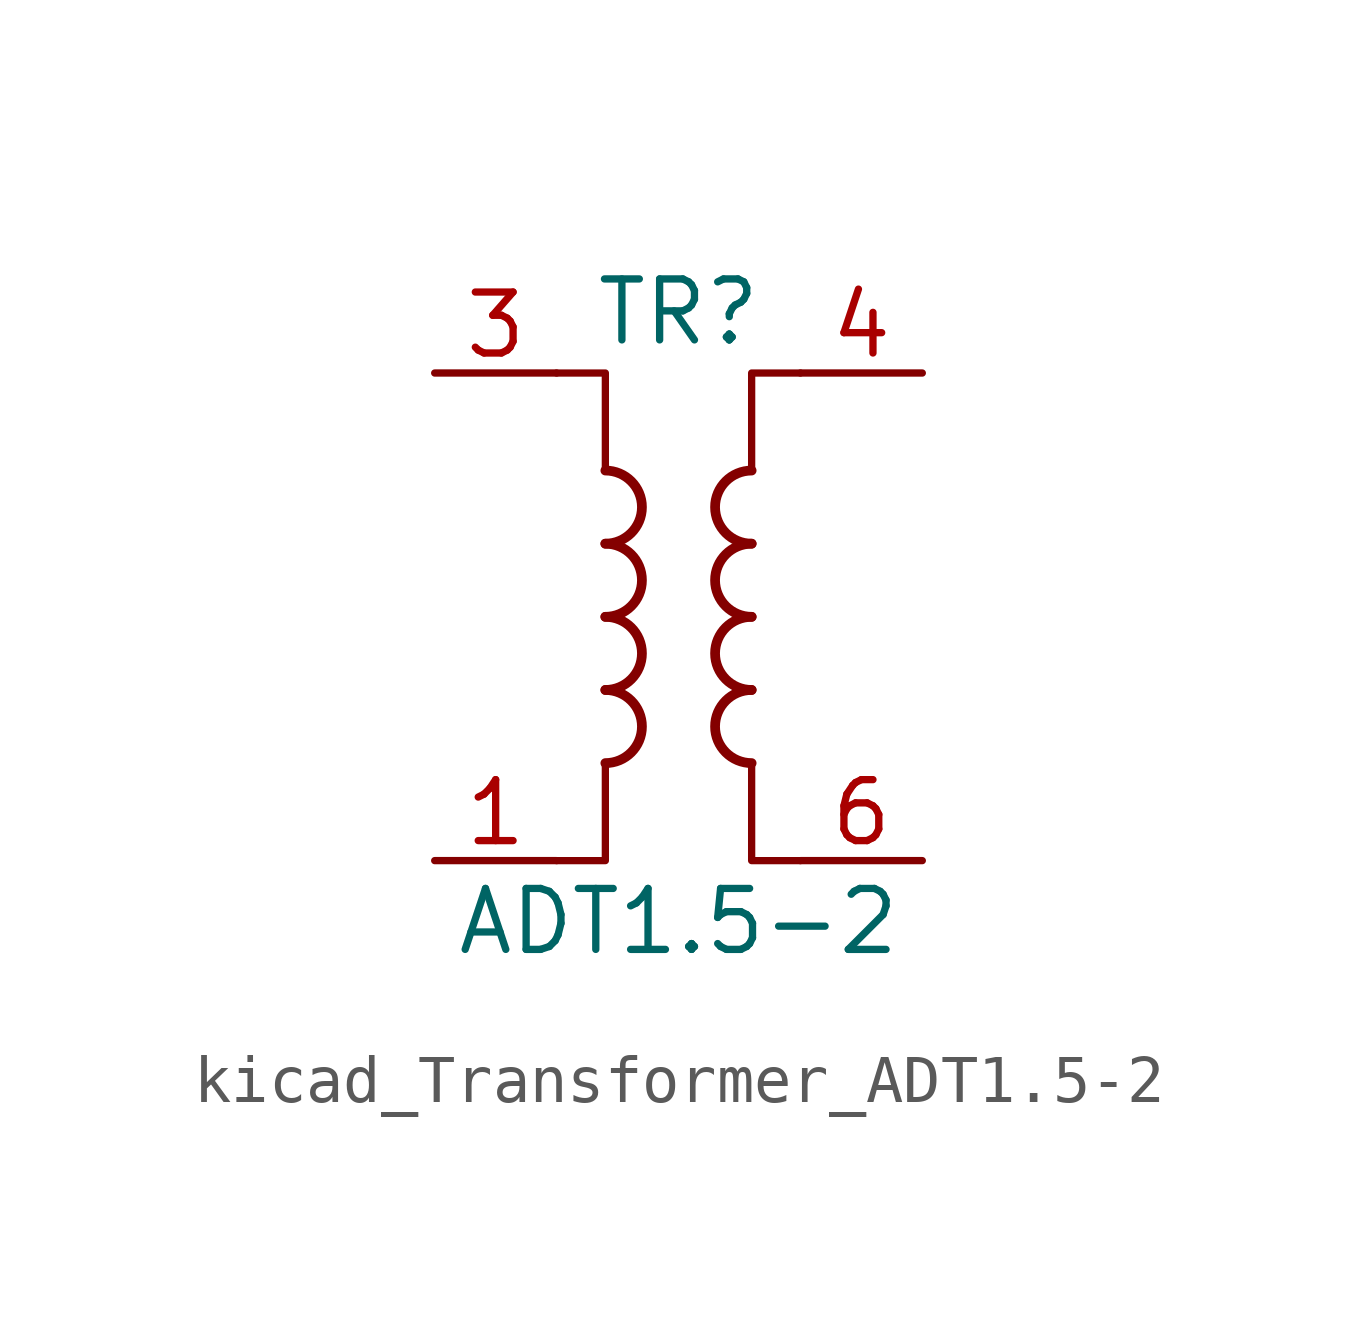
<source format=kicad_sym>
(kicad_symbol_lib
  (version 20220914)
  (generator kicad_symbol_editor)
  (symbol "kicad_Transformer_ADT1.5-2"
    (pin_names hide)
    (property "Reference" "TR"
      (at 0 6.35 0)
      (effects (font (size 1.27 1.27))))
    (property "Value" "ADT1.5-2"
      (at 0 -6.35 0)
      (effects (font (size 1.27 1.27))))
    (symbol "kicad_Transformer_ADT1.5-2_0_1"
      (arc (start -1.524 -3.048) (mid -0.7653 -2.286) (end -1.524 -1.524) (stroke (width 0.2032) (type default)) (fill (type none)))
      (arc (start -1.524 -1.524) (mid -0.7653 -0.762) (end -1.524 0) (stroke (width 0.2032) (type default)) (fill (type none)))
      (arc (start -1.524 0) (mid -0.7653 0.762) (end -1.524 1.524) (stroke (width 0.2032) (type default)) (fill (type none)))
      (arc (start -1.524 1.524) (mid -0.7653 2.286) (end -1.524 3.048) (stroke (width 0.2032) (type default)) (fill (type none)))
      (polyline (pts (xy -2.54 5.08) (xy -1.524 5.08) (xy -1.524 3.048)) (stroke (width 0.152) (type default)) (fill (type none)))
      (polyline (pts (xy -1.524 -3.048) (xy -1.524 -5.08) (xy -2.54 -5.08)) (stroke (width 0.152) (type default)) (fill (type none)))
      (polyline (pts (xy 1.524 3.048) (xy 1.524 5.08) (xy 2.54 5.08)) (stroke (width 0.152) (type default)) (fill (type none)))
      (polyline (pts (xy 2.54 -5.08) (xy 1.524 -5.08) (xy 1.524 -3.048)) (stroke (width 0.152) (type default)) (fill (type none)))
      (arc (start 1.524 -1.524) (mid 0.7653 -2.286) (end 1.524 -3.048) (stroke (width 0.2032) (type default)) (fill (type none)))
      (arc (start 1.524 0) (mid 0.7653 -0.762) (end 1.524 -1.524) (stroke (width 0.2032) (type default)) (fill (type none)))
      (arc (start 1.524 1.524) (mid 0.7653 0.762) (end 1.524 0) (stroke (width 0.2032) (type default)) (fill (type none)))
      (arc (start 1.524 3.048) (mid 0.7653 2.286) (end 1.524 1.524) (stroke (width 0.2032) (type default)) (fill (type none))))
    (symbol "kicad_Transformer_ADT1.5-2_1_1"
      (pin passive line (at -5.08 -5.08 0) (length 2.54) (name "~" (effects (font (size 1.27 1.27)))) (number "1" (effects (font (size 1.27 1.27)))))
      (pin passive line (at -5.08 5.08 0) (length 2.54) (name "~" (effects (font (size 1.27 1.27)))) (number "3" (effects (font (size 1.27 1.27)))))
      (pin passive line (at 5.08 5.08 180) (length 2.54) (name "~" (effects (font (size 1.27 1.27)))) (number "4" (effects (font (size 1.27 1.27)))))
      (pin passive line (at 5.08 -5.08 180) (length 2.54) (name "~" (effects (font (size 1.27 1.27)))) (number "6" (effects (font (size 1.27 1.27))))))))
</source>
